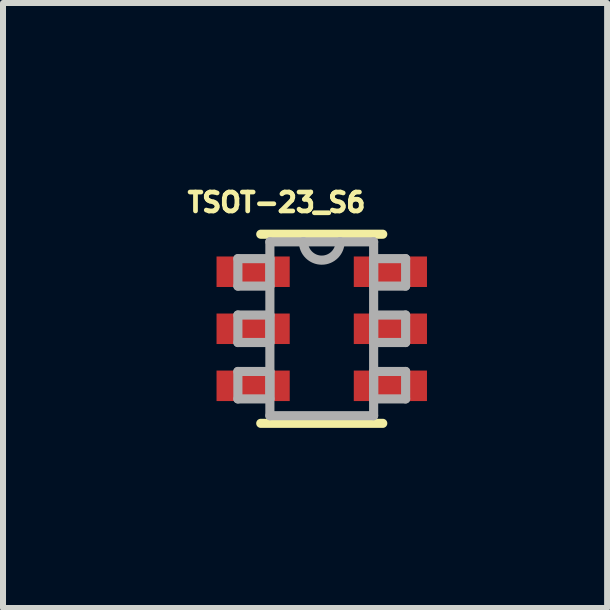
<source format=kicad_pcb>
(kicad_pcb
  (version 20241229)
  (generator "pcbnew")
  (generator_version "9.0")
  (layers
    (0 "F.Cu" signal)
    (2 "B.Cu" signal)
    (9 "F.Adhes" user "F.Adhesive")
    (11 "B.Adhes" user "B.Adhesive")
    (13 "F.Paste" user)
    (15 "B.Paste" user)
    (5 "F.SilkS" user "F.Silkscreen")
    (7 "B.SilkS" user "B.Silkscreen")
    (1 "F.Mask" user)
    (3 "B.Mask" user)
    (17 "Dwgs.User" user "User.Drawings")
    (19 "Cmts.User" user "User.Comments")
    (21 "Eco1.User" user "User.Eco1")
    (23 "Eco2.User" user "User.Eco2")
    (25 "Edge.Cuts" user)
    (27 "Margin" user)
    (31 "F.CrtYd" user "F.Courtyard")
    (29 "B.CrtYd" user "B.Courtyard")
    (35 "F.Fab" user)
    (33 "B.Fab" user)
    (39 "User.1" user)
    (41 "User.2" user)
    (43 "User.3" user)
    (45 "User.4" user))
  (footprint "TSOT-23_S6"
    (layer "F.Cu")
    (at 2.309 2.426)
    (property "Reference" "TSOT-23_S6" (at -0.753 -2.104 0) (layer "F.SilkS") (effects (font (size 0.315 0.315) (thickness 0.15))))
    (attr smd)
    (fp_line (start -1.016 1.575) (end 1.016 1.575) (stroke (width 0.152) (type solid)) (layer "F.SilkS"))
    (fp_line (start 1.016 -1.575) (end -1.016 -1.575) (stroke (width 0.152) (type solid)) (layer "F.SilkS"))
    (fp_line (start -1.397 -1.168) (end -1.397 -0.711) (stroke (width 0.152) (type solid)) (layer "F.Fab"))
    (fp_line (start -1.397 -0.711) (end -0.864 -0.711) (stroke (width 0.152) (type solid)) (layer "F.Fab"))
    (fp_line (start -1.397 -0.229) (end -1.397 0.229) (stroke (width 0.152) (type solid)) (layer "F.Fab"))
    (fp_line (start -1.397 0.229) (end -0.864 0.229) (stroke (width 0.152) (type solid)) (layer "F.Fab"))
    (fp_line (start -1.397 0.711) (end -1.397 1.168) (stroke (width 0.152) (type solid)) (layer "F.Fab"))
    (fp_line (start -1.397 1.168) (end -0.864 1.168) (stroke (width 0.152) (type solid)) (layer "F.Fab"))
    (fp_line (start -0.864 -1.448) (end -0.864 1.448) (stroke (width 0.152) (type solid)) (layer "F.Fab"))
    (fp_line (start -0.864 -1.168) (end -1.397 -1.168) (stroke (width 0.152) (type solid)) (layer "F.Fab"))
    (fp_line (start -0.864 -0.711) (end -0.864 -1.168) (stroke (width 0.152) (type solid)) (layer "F.Fab"))
    (fp_line (start -0.864 -0.229) (end -1.397 -0.229) (stroke (width 0.152) (type solid)) (layer "F.Fab"))
    (fp_line (start -0.864 0.229) (end -0.864 -0.229) (stroke (width 0.152) (type solid)) (layer "F.Fab"))
    (fp_line (start -0.864 0.711) (end -1.397 0.711) (stroke (width 0.152) (type solid)) (layer "F.Fab"))
    (fp_line (start -0.864 1.168) (end -0.864 0.711) (stroke (width 0.152) (type solid)) (layer "F.Fab"))
    (fp_line (start -0.864 1.448) (end 0.864 1.448) (stroke (width 0.152) (type solid)) (layer "F.Fab"))
    (fp_line (start -0.305 -1.448) (end -0.864 -1.448) (stroke (width 0.152) (type solid)) (layer "F.Fab"))
    (fp_line (start 0.305 -1.448) (end -0.305 -1.448) (stroke (width 0.152) (type solid)) (layer "F.Fab"))
    (fp_line (start 0.864 -1.448) (end 0.305 -1.448) (stroke (width 0.152) (type solid)) (layer "F.Fab"))
    (fp_line (start 0.864 -1.168) (end 0.864 -0.711) (stroke (width 0.152) (type solid)) (layer "F.Fab"))
    (fp_line (start 0.864 -0.711) (end 1.397 -0.711) (stroke (width 0.152) (type solid)) (layer "F.Fab"))
    (fp_line (start 0.864 -0.229) (end 0.864 0.229) (stroke (width 0.152) (type solid)) (layer "F.Fab"))
    (fp_line (start 0.864 0.229) (end 1.397 0.229) (stroke (width 0.152) (type solid)) (layer "F.Fab"))
    (fp_line (start 0.864 0.711) (end 0.864 1.168) (stroke (width 0.152) (type solid)) (layer "F.Fab"))
    (fp_line (start 0.864 1.168) (end 1.397 1.168) (stroke (width 0.152) (type solid)) (layer "F.Fab"))
    (fp_line (start 0.864 1.448) (end 0.864 -1.448) (stroke (width 0.152) (type solid)) (layer "F.Fab"))
    (fp_line (start 1.397 -1.168) (end 0.864 -1.168) (stroke (width 0.152) (type solid)) (layer "F.Fab"))
    (fp_line (start 1.397 -0.711) (end 1.397 -1.168) (stroke (width 0.152) (type solid)) (layer "F.Fab"))
    (fp_line (start 1.397 -0.229) (end 0.864 -0.229) (stroke (width 0.152) (type solid)) (layer "F.Fab"))
    (fp_line (start 1.397 0.229) (end 1.397 -0.229) (stroke (width 0.152) (type solid)) (layer "F.Fab"))
    (fp_line (start 1.397 0.711) (end 0.864 0.711) (stroke (width 0.152) (type solid)) (layer "F.Fab"))
    (fp_line (start 1.397 1.168) (end 1.397 0.711) (stroke (width 0.152) (type solid)) (layer "F.Fab"))
    (fp_arc (start 0.3048 -1.4478) (mid 0 -1.143) (end -0.3048 -1.4478) (stroke (width 0.1524) (type solid)) (layer "F.Fab"))
    (pad "1" smd rect (at -1.143 -0.95) (size 1.219 0.508) (layers "F.Cu" "F.Mask" "F.Paste"))
    (pad "2" smd rect (at -1.143 0) (size 1.219 0.508) (layers "F.Cu" "F.Mask" "F.Paste"))
    (pad "3" smd rect (at -1.143 0.95) (size 1.219 0.508) (layers "F.Cu" "F.Mask" "F.Paste"))
    (pad "4" smd rect (at 1.143 0.95) (size 1.219 0.508) (layers "F.Cu" "F.Mask" "F.Paste"))
    (pad "5" smd rect (at 1.143 0) (size 1.219 0.508) (layers "F.Cu" "F.Mask" "F.Paste"))
    (pad "6" smd rect (at 1.143 -0.95) (size 1.219 0.508) (layers "F.Cu" "F.Mask" "F.Paste")))
  (gr_rect
    (start -3 -3)
    (end 7.062 7.077)
    (stroke (width 0.1) (type default))
    (fill no)
    (layer "Edge.Cuts")))
</source>
